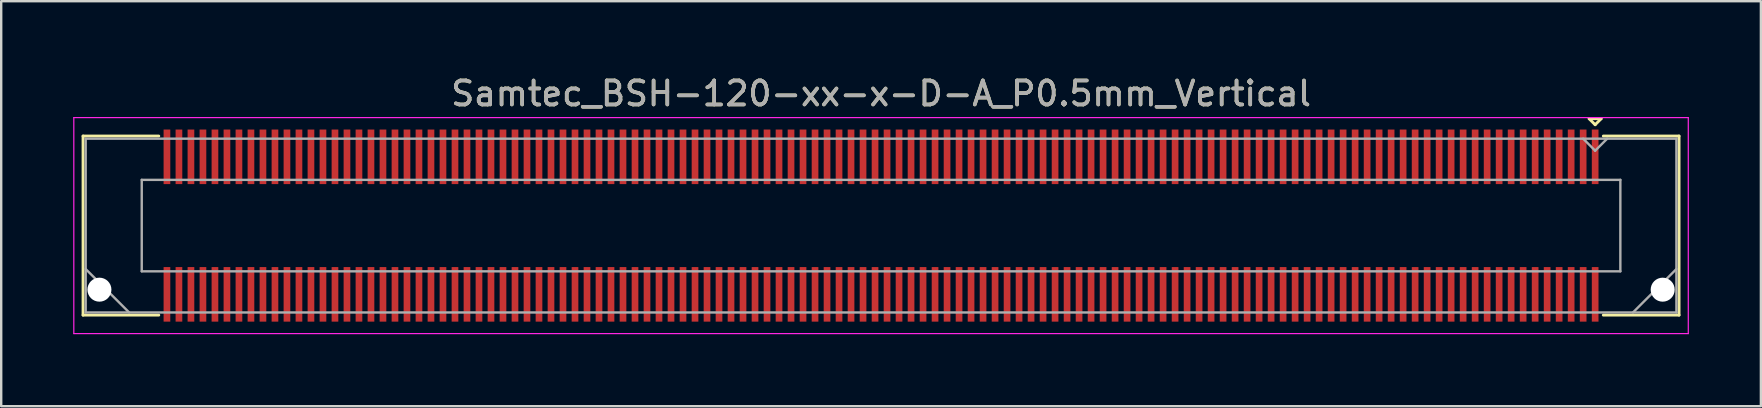
<source format=kicad_pcb>
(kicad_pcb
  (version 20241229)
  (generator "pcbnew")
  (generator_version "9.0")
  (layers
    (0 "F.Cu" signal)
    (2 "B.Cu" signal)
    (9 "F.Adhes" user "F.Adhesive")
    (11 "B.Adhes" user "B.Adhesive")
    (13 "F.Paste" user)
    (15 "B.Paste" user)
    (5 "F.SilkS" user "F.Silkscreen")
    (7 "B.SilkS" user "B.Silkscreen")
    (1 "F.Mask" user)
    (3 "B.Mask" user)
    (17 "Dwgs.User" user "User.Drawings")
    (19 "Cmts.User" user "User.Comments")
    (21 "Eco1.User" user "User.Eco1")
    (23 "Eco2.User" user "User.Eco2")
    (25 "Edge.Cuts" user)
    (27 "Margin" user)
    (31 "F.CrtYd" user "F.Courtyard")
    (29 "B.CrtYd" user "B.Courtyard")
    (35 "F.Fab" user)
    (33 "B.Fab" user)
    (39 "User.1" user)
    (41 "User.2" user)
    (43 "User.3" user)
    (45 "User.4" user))
  (footprint "Samtec_BSH-120-xx-x-D-A_P0.5mm_Vertical"
    (layer "F.Cu")
    (at 33.655 6.348)
    (property "Reference" "Samtec_BSH-120-xx-x-D-A_P0.5mm_Vertical" (at 0 -5.5 0) (layer "F.SilkS") (effects (font (size 1 1) (thickness 0.15))))
    (attr smd)
    (fp_line (start -33.245 -3.73) (end -30.09 -3.73) (stroke (width 0.12) (type solid)) (layer "F.SilkS"))
    (fp_line (start -33.245 3.73) (end -33.245 -3.73) (stroke (width 0.12) (type solid)) (layer "F.SilkS"))
    (fp_line (start -30.09 3.73) (end -33.245 3.73) (stroke (width 0.12) (type solid)) (layer "F.SilkS"))
    (fp_line (start 29.5 -4.452) (end 30 -4.452) (stroke (width 0.12) (type solid)) (layer "F.SilkS"))
    (fp_line (start 29.75 -4.202) (end 29.5 -4.452) (stroke (width 0.12) (type solid)) (layer "F.SilkS"))
    (fp_line (start 30 -4.452) (end 29.75 -4.202) (stroke (width 0.12) (type solid)) (layer "F.SilkS"))
    (fp_line (start 30.09 3.73) (end 33.245 3.73) (stroke (width 0.12) (type solid)) (layer "F.SilkS"))
    (fp_line (start 33.245 -3.73) (end 30.09 -3.73) (stroke (width 0.12) (type solid)) (layer "F.SilkS"))
    (fp_line (start 33.245 3.73) (end 33.245 -3.73) (stroke (width 0.12) (type solid)) (layer "F.SilkS"))
    (fp_line (start -33.63 -4.5) (end -33.63 4.5) (stroke (width 0.05) (type solid)) (layer "F.CrtYd"))
    (fp_line (start -33.63 4.5) (end 33.63 4.5) (stroke (width 0.05) (type solid)) (layer "F.CrtYd"))
    (fp_line (start 33.63 -4.5) (end -33.63 -4.5) (stroke (width 0.05) (type solid)) (layer "F.CrtYd"))
    (fp_line (start 33.63 4.5) (end 33.63 -4.5) (stroke (width 0.05) (type solid)) (layer "F.CrtYd"))
    (fp_line (start -33.135 -3.62) (end -33.135 3.62) (stroke (width 0.1) (type solid)) (layer "F.Fab"))
    (fp_line (start -33.135 1.81) (end -31.325 3.62) (stroke (width 0.1) (type solid)) (layer "F.Fab"))
    (fp_line (start -33.135 3.62) (end 33.135 3.62) (stroke (width 0.1) (type solid)) (layer "F.Fab"))
    (fp_line (start -30.8 -1.905) (end -30.8 1.905) (stroke (width 0.1) (type solid)) (layer "F.Fab"))
    (fp_line (start -30.8 1.905) (end 30.8 1.905) (stroke (width 0.1) (type solid)) (layer "F.Fab"))
    (fp_line (start 29.75 -3.12) (end 29.25 -3.62) (stroke (width 0.1) (type solid)) (layer "F.Fab"))
    (fp_line (start 30.25 -3.62) (end 29.75 -3.12) (stroke (width 0.1) (type solid)) (layer "F.Fab"))
    (fp_line (start 30.8 -1.905) (end -30.8 -1.905) (stroke (width 0.1) (type solid)) (layer "F.Fab"))
    (fp_line (start 30.8 1.905) (end 30.8 -1.905) (stroke (width 0.1) (type solid)) (layer "F.Fab"))
    (fp_line (start 33.135 -3.62) (end -33.135 -3.62) (stroke (width 0.1) (type solid)) (layer "F.Fab"))
    (fp_line (start 33.135 1.81) (end 31.325 3.62) (stroke (width 0.1) (type solid)) (layer "F.Fab"))
    (fp_line (start 33.135 3.62) (end 33.135 -3.62) (stroke (width 0.1) (type solid)) (layer "F.Fab"))
    (fp_text user "${REFERENCE}" (at 0 -5.5 0) (layer "F.Fab") (effects (font (size 1 1) (thickness 0.15))))
    (pad "" np_thru_hole circle (at -32.563 2.67) (size 1 1) (drill 1) (layers "*.Cu" "*.Mask"))
    (pad "" np_thru_hole circle (at 32.563 2.67) (size 1 1) (drill 1) (layers "*.Cu" "*.Mask"))
    (pad "1" smd rect (at 29.75 -2.865) (size 0.279 2.273) (layers "F.Cu" "F.Mask" "F.Paste"))
    (pad "2" smd rect (at 29.75 2.865) (size 0.279 2.273) (layers "F.Cu" "F.Mask" "F.Paste"))
    (pad "3" smd rect (at 29.25 -2.865) (size 0.279 2.273) (layers "F.Cu" "F.Mask" "F.Paste"))
    (pad "4" smd rect (at 29.25 2.865) (size 0.279 2.273) (layers "F.Cu" "F.Mask" "F.Paste"))
    (pad "5" smd rect (at 28.75 -2.865) (size 0.279 2.273) (layers "F.Cu" "F.Mask" "F.Paste"))
    (pad "6" smd rect (at 28.75 2.865) (size 0.279 2.273) (layers "F.Cu" "F.Mask" "F.Paste"))
    (pad "7" smd rect (at 28.25 -2.865) (size 0.279 2.273) (layers "F.Cu" "F.Mask" "F.Paste"))
    (pad "8" smd rect (at 28.25 2.865) (size 0.279 2.273) (layers "F.Cu" "F.Mask" "F.Paste"))
    (pad "9" smd rect (at 27.75 -2.865) (size 0.279 2.273) (layers "F.Cu" "F.Mask" "F.Paste"))
    (pad "10" smd rect (at 27.75 2.865) (size 0.279 2.273) (layers "F.Cu" "F.Mask" "F.Paste"))
    (pad "11" smd rect (at 27.25 -2.865) (size 0.279 2.273) (layers "F.Cu" "F.Mask" "F.Paste"))
    (pad "12" smd rect (at 27.25 2.865) (size 0.279 2.273) (layers "F.Cu" "F.Mask" "F.Paste"))
    (pad "13" smd rect (at 26.75 -2.865) (size 0.279 2.273) (layers "F.Cu" "F.Mask" "F.Paste"))
    (pad "14" smd rect (at 26.75 2.865) (size 0.279 2.273) (layers "F.Cu" "F.Mask" "F.Paste"))
    (pad "15" smd rect (at 26.25 -2.865) (size 0.279 2.273) (layers "F.Cu" "F.Mask" "F.Paste"))
    (pad "16" smd rect (at 26.25 2.865) (size 0.279 2.273) (layers "F.Cu" "F.Mask" "F.Paste"))
    (pad "17" smd rect (at 25.75 -2.865) (size 0.279 2.273) (layers "F.Cu" "F.Mask" "F.Paste"))
    (pad "18" smd rect (at 25.75 2.865) (size 0.279 2.273) (layers "F.Cu" "F.Mask" "F.Paste"))
    (pad "19" smd rect (at 25.25 -2.865) (size 0.279 2.273) (layers "F.Cu" "F.Mask" "F.Paste"))
    (pad "20" smd rect (at 25.25 2.865) (size 0.279 2.273) (layers "F.Cu" "F.Mask" "F.Paste"))
    (pad "21" smd rect (at 24.75 -2.865) (size 0.279 2.273) (layers "F.Cu" "F.Mask" "F.Paste"))
    (pad "22" smd rect (at 24.75 2.865) (size 0.279 2.273) (layers "F.Cu" "F.Mask" "F.Paste"))
    (pad "23" smd rect (at 24.25 -2.865) (size 0.279 2.273) (layers "F.Cu" "F.Mask" "F.Paste"))
    (pad "24" smd rect (at 24.25 2.865) (size 0.279 2.273) (layers "F.Cu" "F.Mask" "F.Paste"))
    (pad "25" smd rect (at 23.75 -2.865) (size 0.279 2.273) (layers "F.Cu" "F.Mask" "F.Paste"))
    (pad "26" smd rect (at 23.75 2.865) (size 0.279 2.273) (layers "F.Cu" "F.Mask" "F.Paste"))
    (pad "27" smd rect (at 23.25 -2.865) (size 0.279 2.273) (layers "F.Cu" "F.Mask" "F.Paste"))
    (pad "28" smd rect (at 23.25 2.865) (size 0.279 2.273) (layers "F.Cu" "F.Mask" "F.Paste"))
    (pad "29" smd rect (at 22.75 -2.865) (size 0.279 2.273) (layers "F.Cu" "F.Mask" "F.Paste"))
    (pad "30" smd rect (at 22.75 2.865) (size 0.279 2.273) (layers "F.Cu" "F.Mask" "F.Paste"))
    (pad "31" smd rect (at 22.25 -2.865) (size 0.279 2.273) (layers "F.Cu" "F.Mask" "F.Paste"))
    (pad "32" smd rect (at 22.25 2.865) (size 0.279 2.273) (layers "F.Cu" "F.Mask" "F.Paste"))
    (pad "33" smd rect (at 21.75 -2.865) (size 0.279 2.273) (layers "F.Cu" "F.Mask" "F.Paste"))
    (pad "34" smd rect (at 21.75 2.865) (size 0.279 2.273) (layers "F.Cu" "F.Mask" "F.Paste"))
    (pad "35" smd rect (at 21.25 -2.865) (size 0.279 2.273) (layers "F.Cu" "F.Mask" "F.Paste"))
    (pad "36" smd rect (at 21.25 2.865) (size 0.279 2.273) (layers "F.Cu" "F.Mask" "F.Paste"))
    (pad "37" smd rect (at 20.75 -2.865) (size 0.279 2.273) (layers "F.Cu" "F.Mask" "F.Paste"))
    (pad "38" smd rect (at 20.75 2.865) (size 0.279 2.273) (layers "F.Cu" "F.Mask" "F.Paste"))
    (pad "39" smd rect (at 20.25 -2.865) (size 0.279 2.273) (layers "F.Cu" "F.Mask" "F.Paste"))
    (pad "40" smd rect (at 20.25 2.865) (size 0.279 2.273) (layers "F.Cu" "F.Mask" "F.Paste"))
    (pad "41" smd rect (at 19.75 -2.865) (size 0.279 2.273) (layers "F.Cu" "F.Mask" "F.Paste"))
    (pad "42" smd rect (at 19.75 2.865) (size 0.279 2.273) (layers "F.Cu" "F.Mask" "F.Paste"))
    (pad "43" smd rect (at 19.25 -2.865) (size 0.279 2.273) (layers "F.Cu" "F.Mask" "F.Paste"))
    (pad "44" smd rect (at 19.25 2.865) (size 0.279 2.273) (layers "F.Cu" "F.Mask" "F.Paste"))
    (pad "45" smd rect (at 18.75 -2.865) (size 0.279 2.273) (layers "F.Cu" "F.Mask" "F.Paste"))
    (pad "46" smd rect (at 18.75 2.865) (size 0.279 2.273) (layers "F.Cu" "F.Mask" "F.Paste"))
    (pad "47" smd rect (at 18.25 -2.865) (size 0.279 2.273) (layers "F.Cu" "F.Mask" "F.Paste"))
    (pad "48" smd rect (at 18.25 2.865) (size 0.279 2.273) (layers "F.Cu" "F.Mask" "F.Paste"))
    (pad "49" smd rect (at 17.75 -2.865) (size 0.279 2.273) (layers "F.Cu" "F.Mask" "F.Paste"))
    (pad "50" smd rect (at 17.75 2.865) (size 0.279 2.273) (layers "F.Cu" "F.Mask" "F.Paste"))
    (pad "51" smd rect (at 17.25 -2.865) (size 0.279 2.273) (layers "F.Cu" "F.Mask" "F.Paste"))
    (pad "52" smd rect (at 17.25 2.865) (size 0.279 2.273) (layers "F.Cu" "F.Mask" "F.Paste"))
    (pad "53" smd rect (at 16.75 -2.865) (size 0.279 2.273) (layers "F.Cu" "F.Mask" "F.Paste"))
    (pad "54" smd rect (at 16.75 2.865) (size 0.279 2.273) (layers "F.Cu" "F.Mask" "F.Paste"))
    (pad "55" smd rect (at 16.25 -2.865) (size 0.279 2.273) (layers "F.Cu" "F.Mask" "F.Paste"))
    (pad "56" smd rect (at 16.25 2.865) (size 0.279 2.273) (layers "F.Cu" "F.Mask" "F.Paste"))
    (pad "57" smd rect (at 15.75 -2.865) (size 0.279 2.273) (layers "F.Cu" "F.Mask" "F.Paste"))
    (pad "58" smd rect (at 15.75 2.865) (size 0.279 2.273) (layers "F.Cu" "F.Mask" "F.Paste"))
    (pad "59" smd rect (at 15.25 -2.865) (size 0.279 2.273) (layers "F.Cu" "F.Mask" "F.Paste"))
    (pad "60" smd rect (at 15.25 2.865) (size 0.279 2.273) (layers "F.Cu" "F.Mask" "F.Paste"))
    (pad "61" smd rect (at 14.75 -2.865) (size 0.279 2.273) (layers "F.Cu" "F.Mask" "F.Paste"))
    (pad "62" smd rect (at 14.75 2.865) (size 0.279 2.273) (layers "F.Cu" "F.Mask" "F.Paste"))
    (pad "63" smd rect (at 14.25 -2.865) (size 0.279 2.273) (layers "F.Cu" "F.Mask" "F.Paste"))
    (pad "64" smd rect (at 14.25 2.865) (size 0.279 2.273) (layers "F.Cu" "F.Mask" "F.Paste"))
    (pad "65" smd rect (at 13.75 -2.865) (size 0.279 2.273) (layers "F.Cu" "F.Mask" "F.Paste"))
    (pad "66" smd rect (at 13.75 2.865) (size 0.279 2.273) (layers "F.Cu" "F.Mask" "F.Paste"))
    (pad "67" smd rect (at 13.25 -2.865) (size 0.279 2.273) (layers "F.Cu" "F.Mask" "F.Paste"))
    (pad "68" smd rect (at 13.25 2.865) (size 0.279 2.273) (layers "F.Cu" "F.Mask" "F.Paste"))
    (pad "69" smd rect (at 12.75 -2.865) (size 0.279 2.273) (layers "F.Cu" "F.Mask" "F.Paste"))
    (pad "70" smd rect (at 12.75 2.865) (size 0.279 2.273) (layers "F.Cu" "F.Mask" "F.Paste"))
    (pad "71" smd rect (at 12.25 -2.865) (size 0.279 2.273) (layers "F.Cu" "F.Mask" "F.Paste"))
    (pad "72" smd rect (at 12.25 2.865) (size 0.279 2.273) (layers "F.Cu" "F.Mask" "F.Paste"))
    (pad "73" smd rect (at 11.75 -2.865) (size 0.279 2.273) (layers "F.Cu" "F.Mask" "F.Paste"))
    (pad "74" smd rect (at 11.75 2.865) (size 0.279 2.273) (layers "F.Cu" "F.Mask" "F.Paste"))
    (pad "75" smd rect (at 11.25 -2.865) (size 0.279 2.273) (layers "F.Cu" "F.Mask" "F.Paste"))
    (pad "76" smd rect (at 11.25 2.865) (size 0.279 2.273) (layers "F.Cu" "F.Mask" "F.Paste"))
    (pad "77" smd rect (at 10.75 -2.865) (size 0.279 2.273) (layers "F.Cu" "F.Mask" "F.Paste"))
    (pad "78" smd rect (at 10.75 2.865) (size 0.279 2.273) (layers "F.Cu" "F.Mask" "F.Paste"))
    (pad "79" smd rect (at 10.25 -2.865) (size 0.279 2.273) (layers "F.Cu" "F.Mask" "F.Paste"))
    (pad "80" smd rect (at 10.25 2.865) (size 0.279 2.273) (layers "F.Cu" "F.Mask" "F.Paste"))
    (pad "81" smd rect (at 9.75 -2.865) (size 0.279 2.273) (layers "F.Cu" "F.Mask" "F.Paste"))
    (pad "82" smd rect (at 9.75 2.865) (size 0.279 2.273) (layers "F.Cu" "F.Mask" "F.Paste"))
    (pad "83" smd rect (at 9.25 -2.865) (size 0.279 2.273) (layers "F.Cu" "F.Mask" "F.Paste"))
    (pad "84" smd rect (at 9.25 2.865) (size 0.279 2.273) (layers "F.Cu" "F.Mask" "F.Paste"))
    (pad "85" smd rect (at 8.75 -2.865) (size 0.279 2.273) (layers "F.Cu" "F.Mask" "F.Paste"))
    (pad "86" smd rect (at 8.75 2.865) (size 0.279 2.273) (layers "F.Cu" "F.Mask" "F.Paste"))
    (pad "87" smd rect (at 8.25 -2.865) (size 0.279 2.273) (layers "F.Cu" "F.Mask" "F.Paste"))
    (pad "88" smd rect (at 8.25 2.865) (size 0.279 2.273) (layers "F.Cu" "F.Mask" "F.Paste"))
    (pad "89" smd rect (at 7.75 -2.865) (size 0.279 2.273) (layers "F.Cu" "F.Mask" "F.Paste"))
    (pad "90" smd rect (at 7.75 2.865) (size 0.279 2.273) (layers "F.Cu" "F.Mask" "F.Paste"))
    (pad "91" smd rect (at 7.25 -2.865) (size 0.279 2.273) (layers "F.Cu" "F.Mask" "F.Paste"))
    (pad "92" smd rect (at 7.25 2.865) (size 0.279 2.273) (layers "F.Cu" "F.Mask" "F.Paste"))
    (pad "93" smd rect (at 6.75 -2.865) (size 0.279 2.273) (layers "F.Cu" "F.Mask" "F.Paste"))
    (pad "94" smd rect (at 6.75 2.865) (size 0.279 2.273) (layers "F.Cu" "F.Mask" "F.Paste"))
    (pad "95" smd rect (at 6.25 -2.865) (size 0.279 2.273) (layers "F.Cu" "F.Mask" "F.Paste"))
    (pad "96" smd rect (at 6.25 2.865) (size 0.279 2.273) (layers "F.Cu" "F.Mask" "F.Paste"))
    (pad "97" smd rect (at 5.75 -2.865) (size 0.279 2.273) (layers "F.Cu" "F.Mask" "F.Paste"))
    (pad "98" smd rect (at 5.75 2.865) (size 0.279 2.273) (layers "F.Cu" "F.Mask" "F.Paste"))
    (pad "99" smd rect (at 5.25 -2.865) (size 0.279 2.273) (layers "F.Cu" "F.Mask" "F.Paste"))
    (pad "100" smd rect (at 5.25 2.865) (size 0.279 2.273) (layers "F.Cu" "F.Mask" "F.Paste"))
    (pad "101" smd rect (at 4.75 -2.865) (size 0.279 2.273) (layers "F.Cu" "F.Mask" "F.Paste"))
    (pad "102" smd rect (at 4.75 2.865) (size 0.279 2.273) (layers "F.Cu" "F.Mask" "F.Paste"))
    (pad "103" smd rect (at 4.25 -2.865) (size 0.279 2.273) (layers "F.Cu" "F.Mask" "F.Paste"))
    (pad "104" smd rect (at 4.25 2.865) (size 0.279 2.273) (layers "F.Cu" "F.Mask" "F.Paste"))
    (pad "105" smd rect (at 3.75 -2.865) (size 0.279 2.273) (layers "F.Cu" "F.Mask" "F.Paste"))
    (pad "106" smd rect (at 3.75 2.865) (size 0.279 2.273) (layers "F.Cu" "F.Mask" "F.Paste"))
    (pad "107" smd rect (at 3.25 -2.865) (size 0.279 2.273) (layers "F.Cu" "F.Mask" "F.Paste"))
    (pad "108" smd rect (at 3.25 2.865) (size 0.279 2.273) (layers "F.Cu" "F.Mask" "F.Paste"))
    (pad "109" smd rect (at 2.75 -2.865) (size 0.279 2.273) (layers "F.Cu" "F.Mask" "F.Paste"))
    (pad "110" smd rect (at 2.75 2.865) (size 0.279 2.273) (layers "F.Cu" "F.Mask" "F.Paste"))
    (pad "111" smd rect (at 2.25 -2.865) (size 0.279 2.273) (layers "F.Cu" "F.Mask" "F.Paste"))
    (pad "112" smd rect (at 2.25 2.865) (size 0.279 2.273) (layers "F.Cu" "F.Mask" "F.Paste"))
    (pad "113" smd rect (at 1.75 -2.865) (size 0.279 2.273) (layers "F.Cu" "F.Mask" "F.Paste"))
    (pad "114" smd rect (at 1.75 2.865) (size 0.279 2.273) (layers "F.Cu" "F.Mask" "F.Paste"))
    (pad "115" smd rect (at 1.25 -2.865) (size 0.279 2.273) (layers "F.Cu" "F.Mask" "F.Paste"))
    (pad "116" smd rect (at 1.25 2.865) (size 0.279 2.273) (layers "F.Cu" "F.Mask" "F.Paste"))
    (pad "117" smd rect (at 0.75 -2.865) (size 0.279 2.273) (layers "F.Cu" "F.Mask" "F.Paste"))
    (pad "118" smd rect (at 0.75 2.865) (size 0.279 2.273) (layers "F.Cu" "F.Mask" "F.Paste"))
    (pad "119" smd rect (at 0.25 -2.865) (size 0.279 2.273) (layers "F.Cu" "F.Mask" "F.Paste"))
    (pad "120" smd rect (at 0.25 2.865) (size 0.279 2.273) (layers "F.Cu" "F.Mask" "F.Paste"))
    (pad "121" smd rect (at -0.25 -2.865) (size 0.279 2.273) (layers "F.Cu" "F.Mask" "F.Paste"))
    (pad "122" smd rect (at -0.25 2.865) (size 0.279 2.273) (layers "F.Cu" "F.Mask" "F.Paste"))
    (pad "123" smd rect (at -0.75 -2.865) (size 0.279 2.273) (layers "F.Cu" "F.Mask" "F.Paste"))
    (pad "124" smd rect (at -0.75 2.865) (size 0.279 2.273) (layers "F.Cu" "F.Mask" "F.Paste"))
    (pad "125" smd rect (at -1.25 -2.865) (size 0.279 2.273) (layers "F.Cu" "F.Mask" "F.Paste"))
    (pad "126" smd rect (at -1.25 2.865) (size 0.279 2.273) (layers "F.Cu" "F.Mask" "F.Paste"))
    (pad "127" smd rect (at -1.75 -2.865) (size 0.279 2.273) (layers "F.Cu" "F.Mask" "F.Paste"))
    (pad "128" smd rect (at -1.75 2.865) (size 0.279 2.273) (layers "F.Cu" "F.Mask" "F.Paste"))
    (pad "129" smd rect (at -2.25 -2.865) (size 0.279 2.273) (layers "F.Cu" "F.Mask" "F.Paste"))
    (pad "130" smd rect (at -2.25 2.865) (size 0.279 2.273) (layers "F.Cu" "F.Mask" "F.Paste"))
    (pad "131" smd rect (at -2.75 -2.865) (size 0.279 2.273) (layers "F.Cu" "F.Mask" "F.Paste"))
    (pad "132" smd rect (at -2.75 2.865) (size 0.279 2.273) (layers "F.Cu" "F.Mask" "F.Paste"))
    (pad "133" smd rect (at -3.25 -2.865) (size 0.279 2.273) (layers "F.Cu" "F.Mask" "F.Paste"))
    (pad "134" smd rect (at -3.25 2.865) (size 0.279 2.273) (layers "F.Cu" "F.Mask" "F.Paste"))
    (pad "135" smd rect (at -3.75 -2.865) (size 0.279 2.273) (layers "F.Cu" "F.Mask" "F.Paste"))
    (pad "136" smd rect (at -3.75 2.865) (size 0.279 2.273) (layers "F.Cu" "F.Mask" "F.Paste"))
    (pad "137" smd rect (at -4.25 -2.865) (size 0.279 2.273) (layers "F.Cu" "F.Mask" "F.Paste"))
    (pad "138" smd rect (at -4.25 2.865) (size 0.279 2.273) (layers "F.Cu" "F.Mask" "F.Paste"))
    (pad "139" smd rect (at -4.75 -2.865) (size 0.279 2.273) (layers "F.Cu" "F.Mask" "F.Paste"))
    (pad "140" smd rect (at -4.75 2.865) (size 0.279 2.273) (layers "F.Cu" "F.Mask" "F.Paste"))
    (pad "141" smd rect (at -5.25 -2.865) (size 0.279 2.273) (layers "F.Cu" "F.Mask" "F.Paste"))
    (pad "142" smd rect (at -5.25 2.865) (size 0.279 2.273) (layers "F.Cu" "F.Mask" "F.Paste"))
    (pad "143" smd rect (at -5.75 -2.865) (size 0.279 2.273) (layers "F.Cu" "F.Mask" "F.Paste"))
    (pad "144" smd rect (at -5.75 2.865) (size 0.279 2.273) (layers "F.Cu" "F.Mask" "F.Paste"))
    (pad "145" smd rect (at -6.25 -2.865) (size 0.279 2.273) (layers "F.Cu" "F.Mask" "F.Paste"))
    (pad "146" smd rect (at -6.25 2.865) (size 0.279 2.273) (layers "F.Cu" "F.Mask" "F.Paste"))
    (pad "147" smd rect (at -6.75 -2.865) (size 0.279 2.273) (layers "F.Cu" "F.Mask" "F.Paste"))
    (pad "148" smd rect (at -6.75 2.865) (size 0.279 2.273) (layers "F.Cu" "F.Mask" "F.Paste"))
    (pad "149" smd rect (at -7.25 -2.865) (size 0.279 2.273) (layers "F.Cu" "F.Mask" "F.Paste"))
    (pad "150" smd rect (at -7.25 2.865) (size 0.279 2.273) (layers "F.Cu" "F.Mask" "F.Paste"))
    (pad "151" smd rect (at -7.75 -2.865) (size 0.279 2.273) (layers "F.Cu" "F.Mask" "F.Paste"))
    (pad "152" smd rect (at -7.75 2.865) (size 0.279 2.273) (layers "F.Cu" "F.Mask" "F.Paste"))
    (pad "153" smd rect (at -8.25 -2.865) (size 0.279 2.273) (layers "F.Cu" "F.Mask" "F.Paste"))
    (pad "154" smd rect (at -8.25 2.865) (size 0.279 2.273) (layers "F.Cu" "F.Mask" "F.Paste"))
    (pad "155" smd rect (at -8.75 -2.865) (size 0.279 2.273) (layers "F.Cu" "F.Mask" "F.Paste"))
    (pad "156" smd rect (at -8.75 2.865) (size 0.279 2.273) (layers "F.Cu" "F.Mask" "F.Paste"))
    (pad "157" smd rect (at -9.25 -2.865) (size 0.279 2.273) (layers "F.Cu" "F.Mask" "F.Paste"))
    (pad "158" smd rect (at -9.25 2.865) (size 0.279 2.273) (layers "F.Cu" "F.Mask" "F.Paste"))
    (pad "159" smd rect (at -9.75 -2.865) (size 0.279 2.273) (layers "F.Cu" "F.Mask" "F.Paste"))
    (pad "160" smd rect (at -9.75 2.865) (size 0.279 2.273) (layers "F.Cu" "F.Mask" "F.Paste"))
    (pad "161" smd rect (at -10.25 -2.865) (size 0.279 2.273) (layers "F.Cu" "F.Mask" "F.Paste"))
    (pad "162" smd rect (at -10.25 2.865) (size 0.279 2.273) (layers "F.Cu" "F.Mask" "F.Paste"))
    (pad "163" smd rect (at -10.75 -2.865) (size 0.279 2.273) (layers "F.Cu" "F.Mask" "F.Paste"))
    (pad "164" smd rect (at -10.75 2.865) (size 0.279 2.273) (layers "F.Cu" "F.Mask" "F.Paste"))
    (pad "165" smd rect (at -11.25 -2.865) (size 0.279 2.273) (layers "F.Cu" "F.Mask" "F.Paste"))
    (pad "166" smd rect (at -11.25 2.865) (size 0.279 2.273) (layers "F.Cu" "F.Mask" "F.Paste"))
    (pad "167" smd rect (at -11.75 -2.865) (size 0.279 2.273) (layers "F.Cu" "F.Mask" "F.Paste"))
    (pad "168" smd rect (at -11.75 2.865) (size 0.279 2.273) (layers "F.Cu" "F.Mask" "F.Paste"))
    (pad "169" smd rect (at -12.25 -2.865) (size 0.279 2.273) (layers "F.Cu" "F.Mask" "F.Paste"))
    (pad "170" smd rect (at -12.25 2.865) (size 0.279 2.273) (layers "F.Cu" "F.Mask" "F.Paste"))
    (pad "171" smd rect (at -12.75 -2.865) (size 0.279 2.273) (layers "F.Cu" "F.Mask" "F.Paste"))
    (pad "172" smd rect (at -12.75 2.865) (size 0.279 2.273) (layers "F.Cu" "F.Mask" "F.Paste"))
    (pad "173" smd rect (at -13.25 -2.865) (size 0.279 2.273) (layers "F.Cu" "F.Mask" "F.Paste"))
    (pad "174" smd rect (at -13.25 2.865) (size 0.279 2.273) (layers "F.Cu" "F.Mask" "F.Paste"))
    (pad "175" smd rect (at -13.75 -2.865) (size 0.279 2.273) (layers "F.Cu" "F.Mask" "F.Paste"))
    (pad "176" smd rect (at -13.75 2.865) (size 0.279 2.273) (layers "F.Cu" "F.Mask" "F.Paste"))
    (pad "177" smd rect (at -14.25 -2.865) (size 0.279 2.273) (layers "F.Cu" "F.Mask" "F.Paste"))
    (pad "178" smd rect (at -14.25 2.865) (size 0.279 2.273) (layers "F.Cu" "F.Mask" "F.Paste"))
    (pad "179" smd rect (at -14.75 -2.865) (size 0.279 2.273) (layers "F.Cu" "F.Mask" "F.Paste"))
    (pad "180" smd rect (at -14.75 2.865) (size 0.279 2.273) (layers "F.Cu" "F.Mask" "F.Paste"))
    (pad "181" smd rect (at -15.25 -2.865) (size 0.279 2.273) (layers "F.Cu" "F.Mask" "F.Paste"))
    (pad "182" smd rect (at -15.25 2.865) (size 0.279 2.273) (layers "F.Cu" "F.Mask" "F.Paste"))
    (pad "183" smd rect (at -15.75 -2.865) (size 0.279 2.273) (layers "F.Cu" "F.Mask" "F.Paste"))
    (pad "184" smd rect (at -15.75 2.865) (size 0.279 2.273) (layers "F.Cu" "F.Mask" "F.Paste"))
    (pad "185" smd rect (at -16.25 -2.865) (size 0.279 2.273) (layers "F.Cu" "F.Mask" "F.Paste"))
    (pad "186" smd rect (at -16.25 2.865) (size 0.279 2.273) (layers "F.Cu" "F.Mask" "F.Paste"))
    (pad "187" smd rect (at -16.75 -2.865) (size 0.279 2.273) (layers "F.Cu" "F.Mask" "F.Paste"))
    (pad "188" smd rect (at -16.75 2.865) (size 0.279 2.273) (layers "F.Cu" "F.Mask" "F.Paste"))
    (pad "189" smd rect (at -17.25 -2.865) (size 0.279 2.273) (layers "F.Cu" "F.Mask" "F.Paste"))
    (pad "190" smd rect (at -17.25 2.865) (size 0.279 2.273) (layers "F.Cu" "F.Mask" "F.Paste"))
    (pad "191" smd rect (at -17.75 -2.865) (size 0.279 2.273) (layers "F.Cu" "F.Mask" "F.Paste"))
    (pad "192" smd rect (at -17.75 2.865) (size 0.279 2.273) (layers "F.Cu" "F.Mask" "F.Paste"))
    (pad "193" smd rect (at -18.25 -2.865) (size 0.279 2.273) (layers "F.Cu" "F.Mask" "F.Paste"))
    (pad "194" smd rect (at -18.25 2.865) (size 0.279 2.273) (layers "F.Cu" "F.Mask" "F.Paste"))
    (pad "195" smd rect (at -18.75 -2.865) (size 0.279 2.273) (layers "F.Cu" "F.Mask" "F.Paste"))
    (pad "196" smd rect (at -18.75 2.865) (size 0.279 2.273) (layers "F.Cu" "F.Mask" "F.Paste"))
    (pad "197" smd rect (at -19.25 -2.865) (size 0.279 2.273) (layers "F.Cu" "F.Mask" "F.Paste"))
    (pad "198" smd rect (at -19.25 2.865) (size 0.279 2.273) (layers "F.Cu" "F.Mask" "F.Paste"))
    (pad "199" smd rect (at -19.75 -2.865) (size 0.279 2.273) (layers "F.Cu" "F.Mask" "F.Paste"))
    (pad "200" smd rect (at -19.75 2.865) (size 0.279 2.273) (layers "F.Cu" "F.Mask" "F.Paste"))
    (pad "201" smd rect (at -20.25 -2.865) (size 0.279 2.273) (layers "F.Cu" "F.Mask" "F.Paste"))
    (pad "202" smd rect (at -20.25 2.865) (size 0.279 2.273) (layers "F.Cu" "F.Mask" "F.Paste"))
    (pad "203" smd rect (at -20.75 -2.865) (size 0.279 2.273) (layers "F.Cu" "F.Mask" "F.Paste"))
    (pad "204" smd rect (at -20.75 2.865) (size 0.279 2.273) (layers "F.Cu" "F.Mask" "F.Paste"))
    (pad "205" smd rect (at -21.25 -2.865) (size 0.279 2.273) (layers "F.Cu" "F.Mask" "F.Paste"))
    (pad "206" smd rect (at -21.25 2.865) (size 0.279 2.273) (layers "F.Cu" "F.Mask" "F.Paste"))
    (pad "207" smd rect (at -21.75 -2.865) (size 0.279 2.273) (layers "F.Cu" "F.Mask" "F.Paste"))
    (pad "208" smd rect (at -21.75 2.865) (size 0.279 2.273) (layers "F.Cu" "F.Mask" "F.Paste"))
    (pad "209" smd rect (at -22.25 -2.865) (size 0.279 2.273) (layers "F.Cu" "F.Mask" "F.Paste"))
    (pad "210" smd rect (at -22.25 2.865) (size 0.279 2.273) (layers "F.Cu" "F.Mask" "F.Paste"))
    (pad "211" smd rect (at -22.75 -2.865) (size 0.279 2.273) (layers "F.Cu" "F.Mask" "F.Paste"))
    (pad "212" smd rect (at -22.75 2.865) (size 0.279 2.273) (layers "F.Cu" "F.Mask" "F.Paste"))
    (pad "213" smd rect (at -23.25 -2.865) (size 0.279 2.273) (layers "F.Cu" "F.Mask" "F.Paste"))
    (pad "214" smd rect (at -23.25 2.865) (size 0.279 2.273) (layers "F.Cu" "F.Mask" "F.Paste"))
    (pad "215" smd rect (at -23.75 -2.865) (size 0.279 2.273) (layers "F.Cu" "F.Mask" "F.Paste"))
    (pad "216" smd rect (at -23.75 2.865) (size 0.279 2.273) (layers "F.Cu" "F.Mask" "F.Paste"))
    (pad "217" smd rect (at -24.25 -2.865) (size 0.279 2.273) (layers "F.Cu" "F.Mask" "F.Paste"))
    (pad "218" smd rect (at -24.25 2.865) (size 0.279 2.273) (layers "F.Cu" "F.Mask" "F.Paste"))
    (pad "219" smd rect (at -24.75 -2.865) (size 0.279 2.273) (layers "F.Cu" "F.Mask" "F.Paste"))
    (pad "220" smd rect (at -24.75 2.865) (size 0.279 2.273) (layers "F.Cu" "F.Mask" "F.Paste"))
    (pad "221" smd rect (at -25.25 -2.865) (size 0.279 2.273) (layers "F.Cu" "F.Mask" "F.Paste"))
    (pad "222" smd rect (at -25.25 2.865) (size 0.279 2.273) (layers "F.Cu" "F.Mask" "F.Paste"))
    (pad "223" smd rect (at -25.75 -2.865) (size 0.279 2.273) (layers "F.Cu" "F.Mask" "F.Paste"))
    (pad "224" smd rect (at -25.75 2.865) (size 0.279 2.273) (layers "F.Cu" "F.Mask" "F.Paste"))
    (pad "225" smd rect (at -26.25 -2.865) (size 0.279 2.273) (layers "F.Cu" "F.Mask" "F.Paste"))
    (pad "226" smd rect (at -26.25 2.865) (size 0.279 2.273) (layers "F.Cu" "F.Mask" "F.Paste"))
    (pad "227" smd rect (at -26.75 -2.865) (size 0.279 2.273) (layers "F.Cu" "F.Mask" "F.Paste"))
    (pad "228" smd rect (at -26.75 2.865) (size 0.279 2.273) (layers "F.Cu" "F.Mask" "F.Paste"))
    (pad "229" smd rect (at -27.25 -2.865) (size 0.279 2.273) (layers "F.Cu" "F.Mask" "F.Paste"))
    (pad "230" smd rect (at -27.25 2.865) (size 0.279 2.273) (layers "F.Cu" "F.Mask" "F.Paste"))
    (pad "231" smd rect (at -27.75 -2.865) (size 0.279 2.273) (layers "F.Cu" "F.Mask" "F.Paste"))
    (pad "232" smd rect (at -27.75 2.865) (size 0.279 2.273) (layers "F.Cu" "F.Mask" "F.Paste"))
    (pad "233" smd rect (at -28.25 -2.865) (size 0.279 2.273) (layers "F.Cu" "F.Mask" "F.Paste"))
    (pad "234" smd rect (at -28.25 2.865) (size 0.279 2.273) (layers "F.Cu" "F.Mask" "F.Paste"))
    (pad "235" smd rect (at -28.75 -2.865) (size 0.279 2.273) (layers "F.Cu" "F.Mask" "F.Paste"))
    (pad "236" smd rect (at -28.75 2.865) (size 0.279 2.273) (layers "F.Cu" "F.Mask" "F.Paste"))
    (pad "237" smd rect (at -29.25 -2.865) (size 0.279 2.273) (layers "F.Cu" "F.Mask" "F.Paste"))
    (pad "238" smd rect (at -29.25 2.865) (size 0.279 2.273) (layers "F.Cu" "F.Mask" "F.Paste"))
    (pad "239" smd rect (at -29.75 -2.865) (size 0.279 2.273) (layers "F.Cu" "F.Mask" "F.Paste"))
    (pad "240" smd rect (at -29.75 2.865) (size 0.279 2.273) (layers "F.Cu" "F.Mask" "F.Paste")))
  (gr_rect
    (start -3 -3)
    (end 70.31 13.873)
    (stroke (width 0.1) (type default))
    (fill no)
    (layer "Edge.Cuts")))
</source>
